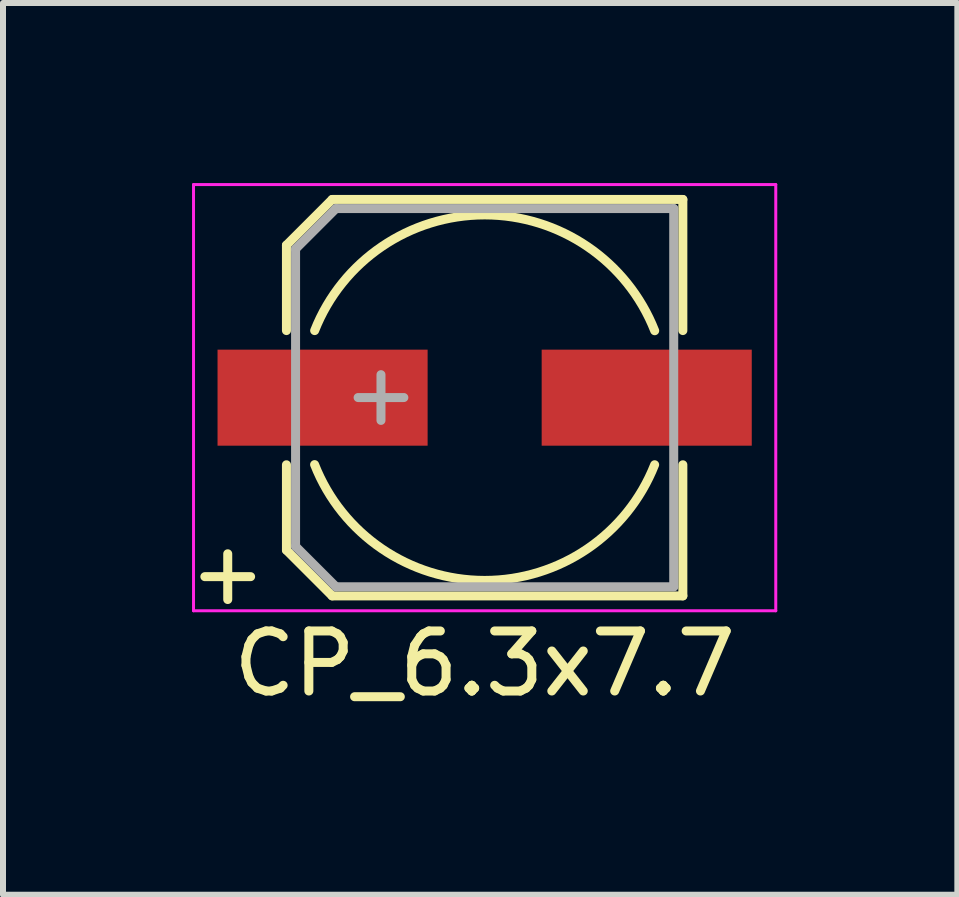
<source format=kicad_pcb>
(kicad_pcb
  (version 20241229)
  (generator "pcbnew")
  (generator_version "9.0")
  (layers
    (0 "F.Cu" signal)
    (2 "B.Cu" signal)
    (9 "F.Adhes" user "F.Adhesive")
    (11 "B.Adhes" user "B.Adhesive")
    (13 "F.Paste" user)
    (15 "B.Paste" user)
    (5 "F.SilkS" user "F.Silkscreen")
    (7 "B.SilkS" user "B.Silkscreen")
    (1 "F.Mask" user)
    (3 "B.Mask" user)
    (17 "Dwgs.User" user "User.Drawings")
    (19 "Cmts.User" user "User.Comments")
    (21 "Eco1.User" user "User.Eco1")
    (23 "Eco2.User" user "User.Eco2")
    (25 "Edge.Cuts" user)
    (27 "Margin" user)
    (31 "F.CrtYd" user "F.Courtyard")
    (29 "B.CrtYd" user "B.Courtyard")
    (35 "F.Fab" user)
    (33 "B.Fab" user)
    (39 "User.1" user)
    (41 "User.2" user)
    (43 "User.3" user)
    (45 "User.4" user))
  (footprint "CP_6.3x7.7"
    (layer "F.Cu")
    (at 5.024 3.575)
    (property "Reference" "CP_6.3x7.7" (at 0 4.432 0) (layer "F.SilkS") (effects (font (size 1 1) (thickness 0.15))))
    (attr smd)
    (fp_line (start -3.302 -2.54) (end -3.302 -1.118) (stroke (width 0.15) (type solid)) (layer "F.SilkS"))
    (fp_line (start -3.302 -2.54) (end -2.54 -3.302) (stroke (width 0.15) (type solid)) (layer "F.SilkS"))
    (fp_line (start -3.302 2.54) (end -3.302 1.118) (stroke (width 0.15) (type solid)) (layer "F.SilkS"))
    (fp_line (start -2.54 -3.302) (end 3.302 -3.302) (stroke (width 0.15) (type solid)) (layer "F.SilkS"))
    (fp_line (start -2.54 3.302) (end -3.302 2.54) (stroke (width 0.15) (type solid)) (layer "F.SilkS"))
    (fp_line (start 3.302 -3.302) (end 3.302 -1.118) (stroke (width 0.15) (type solid)) (layer "F.SilkS"))
    (fp_line (start 3.302 3.302) (end -2.54 3.302) (stroke (width 0.15) (type solid)) (layer "F.SilkS"))
    (fp_line (start 3.302 3.302) (end 3.302 1.118) (stroke (width 0.15) (type solid)) (layer "F.SilkS"))
    (fp_arc (start -2.8321 -1.1176) (mid 0.001257 -3.044638) (end 2.833022 -1.115262) (stroke (width 0.15) (type solid)) (layer "F.SilkS"))
    (fp_arc (start 2.8321 1.1176) (mid -0.001257 3.044638) (end -2.833022 1.115262) (stroke (width 0.15) (type solid)) (layer "F.SilkS"))
    (fp_line (start -4.85 -3.55) (end -4.85 3.55) (stroke (width 0.05) (type solid)) (layer "F.CrtYd"))
    (fp_line (start -4.85 3.55) (end 4.85 3.55) (stroke (width 0.05) (type solid)) (layer "F.CrtYd"))
    (fp_line (start 4.85 -3.55) (end -4.85 -3.55) (stroke (width 0.05) (type solid)) (layer "F.CrtYd"))
    (fp_line (start 4.85 3.55) (end 4.85 -3.55) (stroke (width 0.05) (type solid)) (layer "F.CrtYd"))
    (fp_line (start -3.15 -2.477) (end -3.15 2.477) (stroke (width 0.15) (type solid)) (layer "F.Fab"))
    (fp_line (start -3.15 2.477) (end -2.477 3.15) (stroke (width 0.15) (type solid)) (layer "F.Fab"))
    (fp_line (start -2.477 -3.15) (end -3.15 -2.477) (stroke (width 0.15) (type solid)) (layer "F.Fab"))
    (fp_line (start -2.477 3.15) (end 3.15 3.15) (stroke (width 0.15) (type solid)) (layer "F.Fab"))
    (fp_line (start 3.15 -3.15) (end -2.477 -3.15) (stroke (width 0.15) (type solid)) (layer "F.Fab"))
    (fp_line (start 3.15 3.15) (end 3.15 -3.15) (stroke (width 0.15) (type solid)) (layer "F.Fab"))
    (fp_text user "+" (at -4.28 2.908 0) (layer "F.SilkS") (effects (font (size 1 1) (thickness 0.15))))
    (fp_text user "+" (at -1.727 -0.076 0) (layer "F.Fab") (effects (font (size 1 1) (thickness 0.15))))
    (pad "1" smd rect (at -2.7 0 180) (size 3.5 1.6) (layers "F.Cu" "F.Mask" "F.Paste"))
    (pad "2" smd rect (at 2.7 0 180) (size 3.5 1.6) (layers "F.Cu" "F.Mask" "F.Paste")))
  (gr_rect
    (start -3 -3)
    (end 12.899 11.856)
    (stroke (width 0.1) (type default))
    (fill no)
    (layer "Edge.Cuts")))
</source>
